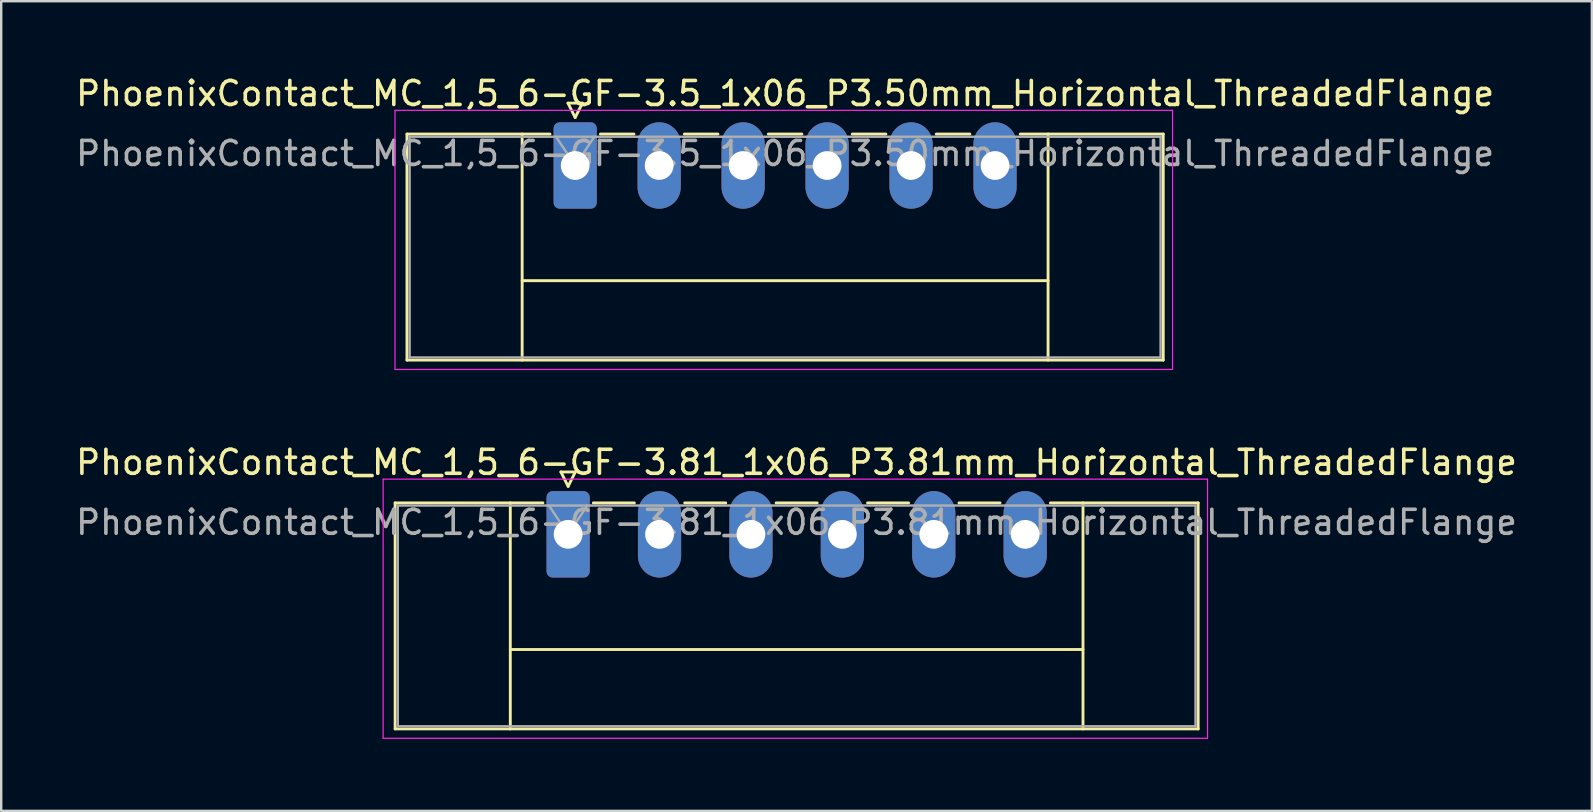
<source format=kicad_pcb>
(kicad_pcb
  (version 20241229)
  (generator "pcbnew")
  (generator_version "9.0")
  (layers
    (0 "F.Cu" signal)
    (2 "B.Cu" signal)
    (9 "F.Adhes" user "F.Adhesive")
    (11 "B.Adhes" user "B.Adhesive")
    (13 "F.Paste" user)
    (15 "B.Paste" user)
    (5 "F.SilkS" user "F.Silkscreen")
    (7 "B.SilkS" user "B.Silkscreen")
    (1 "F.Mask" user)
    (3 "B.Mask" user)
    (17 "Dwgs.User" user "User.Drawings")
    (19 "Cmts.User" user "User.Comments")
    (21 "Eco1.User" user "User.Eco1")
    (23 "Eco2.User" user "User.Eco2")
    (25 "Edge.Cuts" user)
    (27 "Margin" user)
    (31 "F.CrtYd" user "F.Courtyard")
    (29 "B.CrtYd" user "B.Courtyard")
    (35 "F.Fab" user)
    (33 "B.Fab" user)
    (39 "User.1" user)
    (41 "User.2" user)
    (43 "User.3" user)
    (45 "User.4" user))
  (footprint "PhoenixContact_MC_1,5_6-GF-3.81_1x06_P3.81mm_Horizontal_ThreadedFlange"
    (layer "F.Cu")
    (at 20.629 19.221)
    (property "Reference" "PhoenixContact_MC_1,5_6-GF-3.81_1x06_P3.81mm_Horizontal_ThreadedFlange" (at 9.52 -3 0) (layer "F.SilkS") (effects (font (size 1 1) (thickness 0.15))))
    (attr through_hole)
    (fp_line (start -7.21 -1.31) (end -7.21 8.11) (stroke (width 0.12) (type solid)) (layer "F.SilkS"))
    (fp_line (start -7.21 -1.31) (end -1.05 -1.31) (stroke (width 0.12) (type solid)) (layer "F.SilkS"))
    (fp_line (start -7.21 8.11) (end 26.26 8.11) (stroke (width 0.12) (type solid)) (layer "F.SilkS"))
    (fp_line (start -2.41 -1.31) (end -2.41 8.11) (stroke (width 0.12) (type solid)) (layer "F.SilkS"))
    (fp_line (start -2.41 4.8) (end 21.46 4.8) (stroke (width 0.12) (type solid)) (layer "F.SilkS"))
    (fp_line (start -0.3 -2.6) (end 0.3 -2.6) (stroke (width 0.12) (type solid)) (layer "F.SilkS"))
    (fp_line (start 0 -2) (end -0.3 -2.6) (stroke (width 0.12) (type solid)) (layer "F.SilkS"))
    (fp_line (start 0.3 -2.6) (end 0 -2) (stroke (width 0.12) (type solid)) (layer "F.SilkS"))
    (fp_line (start 1.05 -1.31) (end 2.76 -1.31) (stroke (width 0.12) (type solid)) (layer "F.SilkS"))
    (fp_line (start 4.86 -1.31) (end 6.57 -1.31) (stroke (width 0.12) (type solid)) (layer "F.SilkS"))
    (fp_line (start 8.67 -1.31) (end 10.38 -1.31) (stroke (width 0.12) (type solid)) (layer "F.SilkS"))
    (fp_line (start 12.48 -1.31) (end 14.19 -1.31) (stroke (width 0.12) (type solid)) (layer "F.SilkS"))
    (fp_line (start 16.29 -1.31) (end 18 -1.31) (stroke (width 0.12) (type solid)) (layer "F.SilkS"))
    (fp_line (start 21.46 -1.31) (end 21.46 8.11) (stroke (width 0.12) (type solid)) (layer "F.SilkS"))
    (fp_line (start 26.26 -1.31) (end 20.1 -1.31) (stroke (width 0.12) (type solid)) (layer "F.SilkS"))
    (fp_line (start 26.26 8.11) (end 26.26 -1.31) (stroke (width 0.12) (type solid)) (layer "F.SilkS"))
    (fp_line (start -7.71 -2.3) (end -7.71 8.5) (stroke (width 0.05) (type solid)) (layer "F.CrtYd"))
    (fp_line (start -7.71 8.5) (end 26.65 8.5) (stroke (width 0.05) (type solid)) (layer "F.CrtYd"))
    (fp_line (start 26.65 -2.3) (end -7.71 -2.3) (stroke (width 0.05) (type solid)) (layer "F.CrtYd"))
    (fp_line (start 26.65 8.5) (end 26.65 -2.3) (stroke (width 0.05) (type solid)) (layer "F.CrtYd"))
    (fp_line (start -7.1 -1.2) (end -7.1 8) (stroke (width 0.1) (type solid)) (layer "F.Fab"))
    (fp_line (start -7.1 8) (end 26.15 8) (stroke (width 0.1) (type solid)) (layer "F.Fab"))
    (fp_line (start 0 0) (end -0.8 -1.2) (stroke (width 0.1) (type solid)) (layer "F.Fab"))
    (fp_line (start 0.8 -1.2) (end 0 0) (stroke (width 0.1) (type solid)) (layer "F.Fab"))
    (fp_line (start 26.15 -1.2) (end -7.1 -1.2) (stroke (width 0.1) (type solid)) (layer "F.Fab"))
    (fp_line (start 26.15 8) (end 26.15 -1.2) (stroke (width 0.1) (type solid)) (layer "F.Fab"))
    (fp_text user "${REFERENCE}" (at 9.52 -0.5 0) (layer "F.Fab") (effects (font (size 1 1) (thickness 0.15))))
    (pad "1" thru_hole roundrect (at 0 0) (size 1.8 3.6) (drill 1.2) (layers "*.Cu" "*.Mask") (roundrect_rratio 0.139))
    (pad "2" thru_hole oval (at 3.81 0) (size 1.8 3.6) (drill 1.2) (layers "*.Cu" "*.Mask"))
    (pad "3" thru_hole oval (at 7.62 0) (size 1.8 3.6) (drill 1.2) (layers "*.Cu" "*.Mask"))
    (pad "4" thru_hole oval (at 11.43 0) (size 1.8 3.6) (drill 1.2) (layers "*.Cu" "*.Mask"))
    (pad "5" thru_hole oval (at 15.24 0) (size 1.8 3.6) (drill 1.2) (layers "*.Cu" "*.Mask"))
    (pad "6" thru_hole oval (at 19.05 0) (size 1.8 3.6) (drill 1.2) (layers "*.Cu" "*.Mask")))
  (footprint "PhoenixContact_MC_1,5_6-GF-3.5_1x06_P3.50mm_Horizontal_ThreadedFlange"
    (layer "F.Cu")
    (at 20.923 3.848)
    (property "Reference" "PhoenixContact_MC_1,5_6-GF-3.5_1x06_P3.50mm_Horizontal_ThreadedFlange" (at 8.75 -3 0) (layer "F.SilkS") (effects (font (size 1 1) (thickness 0.15))))
    (attr through_hole)
    (fp_line (start -7.01 -1.31) (end -7.01 8.11) (stroke (width 0.12) (type solid)) (layer "F.SilkS"))
    (fp_line (start -7.01 -1.31) (end -1.05 -1.31) (stroke (width 0.12) (type solid)) (layer "F.SilkS"))
    (fp_line (start -7.01 8.11) (end 24.51 8.11) (stroke (width 0.12) (type solid)) (layer "F.SilkS"))
    (fp_line (start -2.21 -1.31) (end -2.21 8.11) (stroke (width 0.12) (type solid)) (layer "F.SilkS"))
    (fp_line (start -2.21 4.8) (end 19.71 4.8) (stroke (width 0.12) (type solid)) (layer "F.SilkS"))
    (fp_line (start -0.3 -2.6) (end 0.3 -2.6) (stroke (width 0.12) (type solid)) (layer "F.SilkS"))
    (fp_line (start 0 -2) (end -0.3 -2.6) (stroke (width 0.12) (type solid)) (layer "F.SilkS"))
    (fp_line (start 0.3 -2.6) (end 0 -2) (stroke (width 0.12) (type solid)) (layer "F.SilkS"))
    (fp_line (start 1.05 -1.31) (end 2.45 -1.31) (stroke (width 0.12) (type solid)) (layer "F.SilkS"))
    (fp_line (start 4.55 -1.31) (end 5.95 -1.31) (stroke (width 0.12) (type solid)) (layer "F.SilkS"))
    (fp_line (start 8.05 -1.31) (end 9.45 -1.31) (stroke (width 0.12) (type solid)) (layer "F.SilkS"))
    (fp_line (start 11.55 -1.31) (end 12.95 -1.31) (stroke (width 0.12) (type solid)) (layer "F.SilkS"))
    (fp_line (start 15.05 -1.31) (end 16.45 -1.31) (stroke (width 0.12) (type solid)) (layer "F.SilkS"))
    (fp_line (start 19.71 -1.31) (end 19.71 8.11) (stroke (width 0.12) (type solid)) (layer "F.SilkS"))
    (fp_line (start 24.51 -1.31) (end 18.55 -1.31) (stroke (width 0.12) (type solid)) (layer "F.SilkS"))
    (fp_line (start 24.51 8.11) (end 24.51 -1.31) (stroke (width 0.12) (type solid)) (layer "F.SilkS"))
    (fp_line (start -7.51 -2.3) (end -7.51 8.5) (stroke (width 0.05) (type solid)) (layer "F.CrtYd"))
    (fp_line (start -7.51 8.5) (end 24.9 8.5) (stroke (width 0.05) (type solid)) (layer "F.CrtYd"))
    (fp_line (start 24.9 -2.3) (end -7.51 -2.3) (stroke (width 0.05) (type solid)) (layer "F.CrtYd"))
    (fp_line (start 24.9 8.5) (end 24.9 -2.3) (stroke (width 0.05) (type solid)) (layer "F.CrtYd"))
    (fp_line (start -6.9 -1.2) (end -6.9 8) (stroke (width 0.1) (type solid)) (layer "F.Fab"))
    (fp_line (start -6.9 8) (end 24.4 8) (stroke (width 0.1) (type solid)) (layer "F.Fab"))
    (fp_line (start 0 0) (end -0.8 -1.2) (stroke (width 0.1) (type solid)) (layer "F.Fab"))
    (fp_line (start 0.8 -1.2) (end 0 0) (stroke (width 0.1) (type solid)) (layer "F.Fab"))
    (fp_line (start 24.4 -1.2) (end -6.9 -1.2) (stroke (width 0.1) (type solid)) (layer "F.Fab"))
    (fp_line (start 24.4 8) (end 24.4 -1.2) (stroke (width 0.1) (type solid)) (layer "F.Fab"))
    (fp_text user "${REFERENCE}" (at 8.75 -0.5 0) (layer "F.Fab") (effects (font (size 1 1) (thickness 0.15))))
    (pad "1" thru_hole roundrect (at 0 0) (size 1.8 3.6) (drill 1.2) (layers "*.Cu" "*.Mask") (roundrect_rratio 0.139))
    (pad "2" thru_hole oval (at 3.5 0) (size 1.8 3.6) (drill 1.2) (layers "*.Cu" "*.Mask"))
    (pad "3" thru_hole oval (at 7 0) (size 1.8 3.6) (drill 1.2) (layers "*.Cu" "*.Mask"))
    (pad "4" thru_hole oval (at 10.5 0) (size 1.8 3.6) (drill 1.2) (layers "*.Cu" "*.Mask"))
    (pad "5" thru_hole oval (at 14 0) (size 1.8 3.6) (drill 1.2) (layers "*.Cu" "*.Mask"))
    (pad "6" thru_hole oval (at 17.5 0) (size 1.8 3.6) (drill 1.2) (layers "*.Cu" "*.Mask")))
  (gr_rect
    (start -3 -3)
    (end 63.298 30.747)
    (stroke (width 0.1) (type default))
    (fill no)
    (layer "Edge.Cuts")))
</source>
